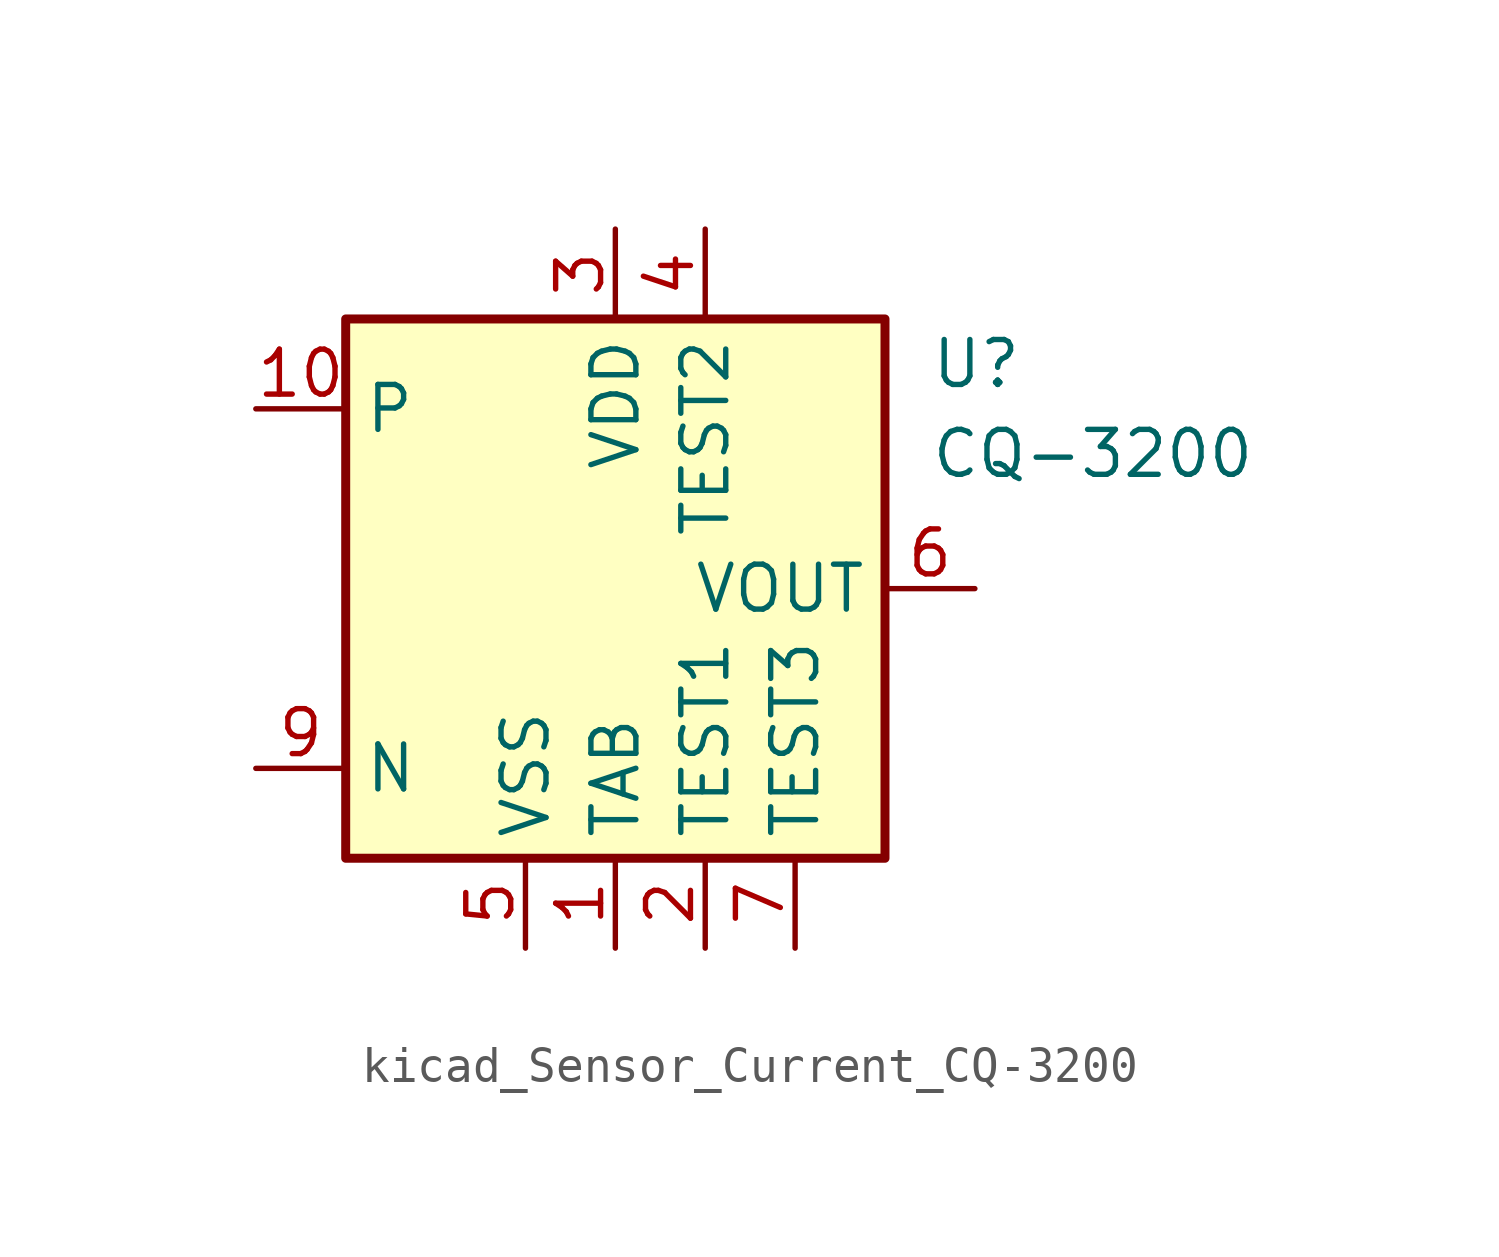
<source format=kicad_sym>
(kicad_symbol_lib
  (version 20220914)
  (generator kicad_symbol_editor)
  (symbol "kicad_Sensor_Current_CQ-3200"
    (property "Reference" "U"
      (at 8.89 6.35 0)
      (effects (font (size 1.27 1.27)) (justify left)))
    (property "Value" "CQ-3200"
      (at 8.89 3.81 0)
      (effects (font (size 1.27 1.27)) (justify left)))
    (symbol "kicad_Sensor_Current_CQ-3200_0_1"
      (rectangle (start -7.62 7.62) (end 7.62 -7.62) (stroke (width 0.254) (type default)) (fill (type background))))
    (symbol "kicad_Sensor_Current_CQ-3200_1_1"
      (pin power_in line (at 0 -10.16 90) (length 2.54) (name "TAB" (effects (font (size 1.27 1.27)))) (number "1" (effects (font (size 1.27 1.27)))))
      (pin passive line (at -10.16 5.08 0) (length 2.54) (name "P" (effects (font (size 1.27 1.27)))) (number "10" (effects (font (size 1.27 1.27)))))
      (pin power_in line (at 2.54 -10.16 90) (length 2.54) (name "TEST1" (effects (font (size 1.27 1.27)))) (number "2" (effects (font (size 1.27 1.27)))))
      (pin power_in line (at 0 10.16 270) (length 2.54) (name "VDD" (effects (font (size 1.27 1.27)))) (number "3" (effects (font (size 1.27 1.27)))))
      (pin power_in line (at 2.54 10.16 270) (length 2.54) (name "TEST2" (effects (font (size 1.27 1.27)))) (number "4" (effects (font (size 1.27 1.27)))))
      (pin power_in line (at -2.54 -10.16 90) (length 2.54) (name "VSS" (effects (font (size 1.27 1.27)))) (number "5" (effects (font (size 1.27 1.27)))))
      (pin output line (at 10.16 0 180) (length 2.54) (name "VOUT" (effects (font (size 1.27 1.27)))) (number "6" (effects (font (size 1.27 1.27)))))
      (pin power_in line (at 5.08 -10.16 90) (length 2.54) (name "TEST3" (effects (font (size 1.27 1.27)))) (number "7" (effects (font (size 1.27 1.27)))))
      (pin passive line (at 0 -10.16 90) (length 2.54) hide (name "TAB" (effects (font (size 1.27 1.27)))) (number "8" (effects (font (size 1.27 1.27)))))
      (pin passive line (at -10.16 -5.08 0) (length 2.54) (name "N" (effects (font (size 1.27 1.27)))) (number "9" (effects (font (size 1.27 1.27))))))))
</source>
